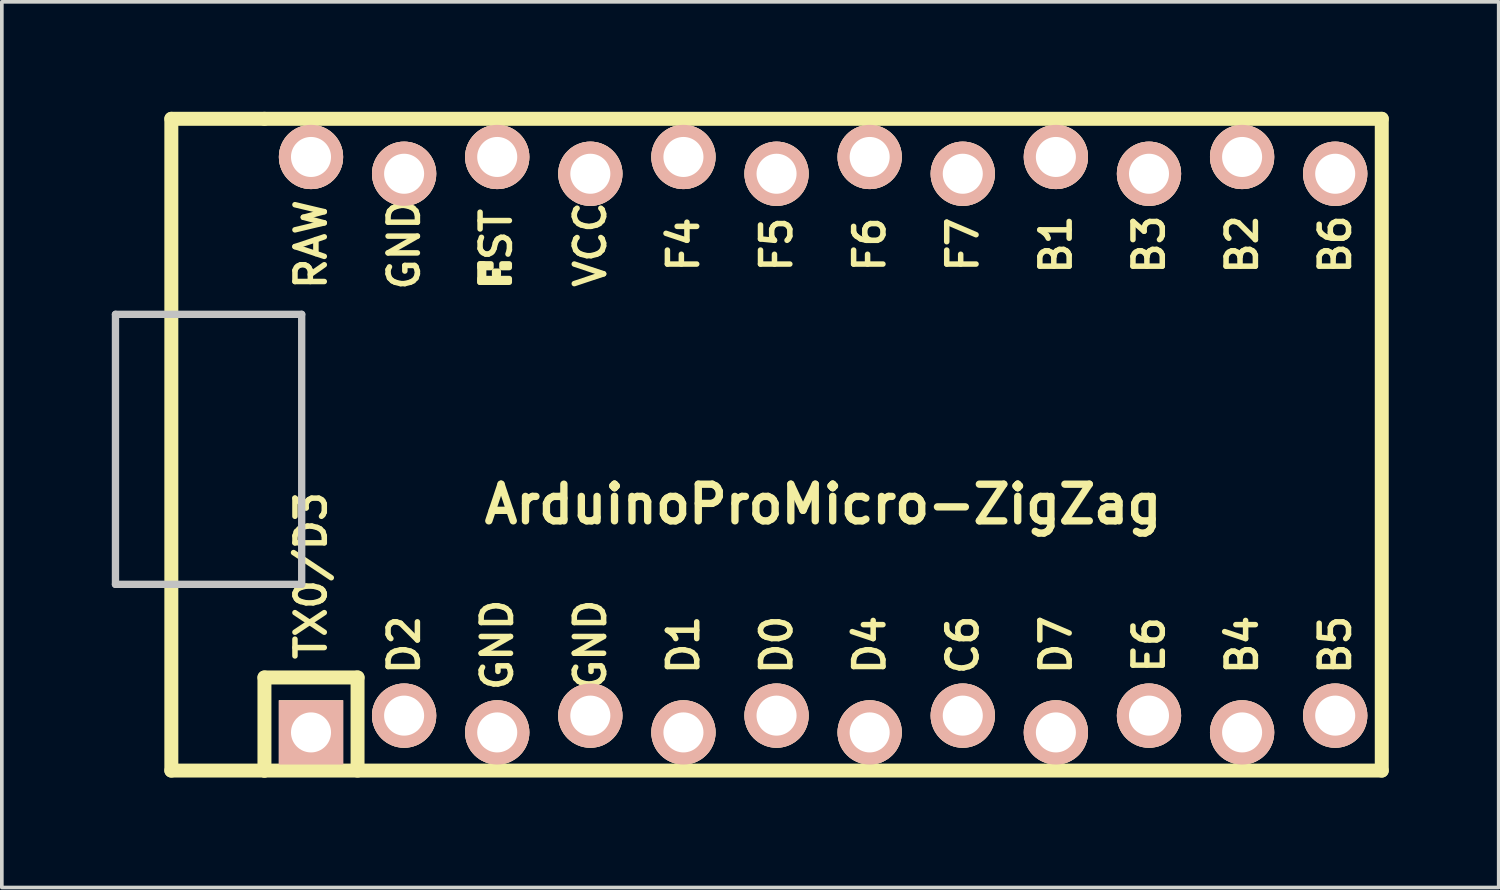
<source format=kicad_pcb>
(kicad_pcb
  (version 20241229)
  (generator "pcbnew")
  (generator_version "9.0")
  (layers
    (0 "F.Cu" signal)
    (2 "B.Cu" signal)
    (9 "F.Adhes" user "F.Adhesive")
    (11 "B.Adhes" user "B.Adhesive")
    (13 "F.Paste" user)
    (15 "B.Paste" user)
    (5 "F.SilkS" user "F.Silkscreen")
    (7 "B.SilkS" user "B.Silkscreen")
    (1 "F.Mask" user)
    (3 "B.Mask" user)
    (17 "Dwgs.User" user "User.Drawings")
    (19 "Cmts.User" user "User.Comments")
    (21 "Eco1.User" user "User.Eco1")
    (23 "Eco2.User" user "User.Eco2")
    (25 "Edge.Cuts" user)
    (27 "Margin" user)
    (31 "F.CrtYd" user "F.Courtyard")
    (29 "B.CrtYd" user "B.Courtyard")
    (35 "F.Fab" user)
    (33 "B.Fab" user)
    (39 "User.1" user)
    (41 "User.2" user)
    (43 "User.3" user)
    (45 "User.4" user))
  (footprint "ArduinoProMicro-ZigZag"
    (layer "F.Cu")
    (at 19.404 9.081)
    (property "Reference" "ArduinoProMicro-ZigZag" (at 0 1.625 180) (layer "F.SilkS") (effects (font (size 1 1) (thickness 0.2))))
    (attr through_hole)
    (fp_line (start -17.78 -8.89) (end -17.78 8.89) (stroke (width 0.381) (type solid)) (layer "F.SilkS"))
    (fp_line (start -17.78 8.89) (end -15.24 8.89) (stroke (width 0.381) (type solid)) (layer "F.SilkS"))
    (fp_line (start -15.24 -8.89) (end -17.78 -8.89) (stroke (width 0.381) (type solid)) (layer "F.SilkS"))
    (fp_line (start -15.24 6.35) (end -15.24 8.89) (stroke (width 0.381) (type solid)) (layer "F.SilkS"))
    (fp_line (start -15.24 6.35) (end -12.7 6.35) (stroke (width 0.381) (type solid)) (layer "F.SilkS"))
    (fp_line (start -15.24 8.89) (end 15.24 8.89) (stroke (width 0.381) (type solid)) (layer "F.SilkS"))
    (fp_line (start -12.7 6.35) (end -12.7 8.89) (stroke (width 0.381) (type solid)) (layer "F.SilkS"))
    (fp_line (start 15.24 -8.89) (end -15.24 -8.89) (stroke (width 0.381) (type solid)) (layer "F.SilkS"))
    (fp_line (start 15.24 8.89) (end 15.24 -8.89) (stroke (width 0.381) (type solid)) (layer "F.SilkS"))
    (fp_poly (pts (xy -9.361 -4.932) (xy -9.261 -4.932) (xy -9.261 -4.432) (xy -9.361 -4.432)) (stroke (width 0.15) (type solid)) (fill yes) (layer "F.SilkS"))
    (fp_poly (pts (xy -9.361 -4.932) (xy -9.061 -4.932) (xy -9.061 -4.832) (xy -9.361 -4.832)) (stroke (width 0.15) (type solid)) (fill yes) (layer "F.SilkS"))
    (fp_poly (pts (xy -9.361 -4.532) (xy -8.561 -4.532) (xy -8.561 -4.432) (xy -9.361 -4.432)) (stroke (width 0.15) (type solid)) (fill yes) (layer "F.SilkS"))
    (fp_poly (pts (xy -8.961 -4.732) (xy -8.861 -4.732) (xy -8.861 -4.632) (xy -8.961 -4.632)) (stroke (width 0.15) (type solid)) (fill yes) (layer "F.SilkS"))
    (fp_poly (pts (xy -8.761 -4.932) (xy -8.561 -4.932) (xy -8.561 -4.832) (xy -8.761 -4.832)) (stroke (width 0.15) (type solid)) (fill yes) (layer "F.SilkS"))
    (fp_line (start -19.304 -3.556) (end -14.224 -3.556) (stroke (width 0.2) (type solid)) (layer "Dwgs.User"))
    (fp_line (start -19.304 3.81) (end -19.304 -3.556) (stroke (width 0.2) (type solid)) (layer "Dwgs.User"))
    (fp_line (start -14.224 -3.556) (end -14.224 3.81) (stroke (width 0.2) (type solid)) (layer "Dwgs.User"))
    (fp_line (start -14.224 3.81) (end -19.304 3.81) (stroke (width 0.2) (type solid)) (layer "Dwgs.User"))
    (fp_text user "D2" (at -11.43 5.461 270) (layer "F.SilkS") (effects (font (size 0.8 0.8) (thickness 0.15))))
    (fp_text user "D1" (at -3.81 5.461 270) (layer "F.SilkS") (effects (font (size 0.8 0.8) (thickness 0.15))))
    (fp_text user "B1" (at 6.35 -5.461 270) (layer "F.SilkS") (effects (font (size 0.8 0.8) (thickness 0.15))))
    (fp_text user "E6" (at 8.89 5.461 270) (layer "F.SilkS") (effects (font (size 0.8 0.8) (thickness 0.15))))
    (fp_text user "RAW" (at -13.97 -5.461 270) (layer "F.SilkS") (effects (font (size 0.8 0.8) (thickness 0.15))))
    (fp_text user "F7" (at 3.81 -5.461 270) (layer "F.SilkS") (effects (font (size 0.8 0.8) (thickness 0.15))))
    (fp_text user "VCC" (at -6.35 -5.461 270) (layer "F.SilkS") (effects (font (size 0.8 0.8) (thickness 0.15))))
    (fp_text user "TX0/D3" (at -13.97 3.572 270) (layer "F.SilkS") (effects (font (size 0.8 0.8) (thickness 0.15))))
    (fp_text user "C6" (at 3.81 5.461 270) (layer "F.SilkS") (effects (font (size 0.8 0.8) (thickness 0.15))))
    (fp_text user "F4" (at -3.81 -5.461 270) (layer "F.SilkS") (effects (font (size 0.8 0.8) (thickness 0.15))))
    (fp_text user "GND" (at -11.43 -5.461 270) (layer "F.SilkS") (effects (font (size 0.8 0.8) (thickness 0.15))))
    (fp_text user "B4" (at 11.43 5.461 270) (layer "F.SilkS") (effects (font (size 0.8 0.8) (thickness 0.15))))
    (fp_text user "D4" (at 1.27 5.461 270) (layer "F.SilkS") (effects (font (size 0.8 0.8) (thickness 0.15))))
    (fp_text user "B3" (at 8.89 -5.461 270) (layer "F.SilkS") (effects (font (size 0.8 0.8) (thickness 0.15))))
    (fp_text user "D0" (at -1.27 5.461 270) (layer "F.SilkS") (effects (font (size 0.8 0.8) (thickness 0.15))))
    (fp_text user "GND" (at -8.89 5.461 270) (layer "F.SilkS") (effects (font (size 0.8 0.8) (thickness 0.15))))
    (fp_text user "GND" (at -6.35 5.461 270) (layer "F.SilkS") (effects (font (size 0.8 0.8) (thickness 0.15))))
    (fp_text user "F6" (at 1.27 -5.461 270) (layer "F.SilkS") (effects (font (size 0.8 0.8) (thickness 0.15))))
    (fp_text user "B2" (at 11.43 -5.461 270) (layer "F.SilkS") (effects (font (size 0.8 0.8) (thickness 0.15))))
    (fp_text user "ST" (at -8.92 -5.733 270) (layer "F.SilkS") (effects (font (size 0.8 0.8) (thickness 0.15))))
    (fp_text user "B5" (at 13.97 5.461 270) (layer "F.SilkS") (effects (font (size 0.8 0.8) (thickness 0.15))))
    (fp_text user "B6" (at 13.97 -5.461 270) (layer "F.SilkS") (effects (font (size 0.8 0.8) (thickness 0.15))))
    (fp_text user "D7" (at 6.35 5.461 270) (layer "F.SilkS") (effects (font (size 0.8 0.8) (thickness 0.15))))
    (fp_text user "F5" (at -1.27 -5.461 270) (layer "F.SilkS") (effects (font (size 0.8 0.8) (thickness 0.15))))
    (pad "1" thru_hole rect (at -13.97 7.849) (size 1.753 1.753) (drill 1.092) (layers "*.Cu" "*.SilkS" "*.Mask"))
    (pad "2" thru_hole circle (at -11.43 7.391) (size 1.753 1.753) (drill 1.092) (layers "*.Cu" "*.SilkS" "*.Mask"))
    (pad "3" thru_hole circle (at -8.89 7.849) (size 1.753 1.753) (drill 1.092) (layers "*.Cu" "*.SilkS" "*.Mask"))
    (pad "4" thru_hole circle (at -6.35 7.391) (size 1.753 1.753) (drill 1.092) (layers "*.Cu" "*.SilkS" "*.Mask"))
    (pad "5" thru_hole circle (at -3.81 7.849) (size 1.753 1.753) (drill 1.092) (layers "*.Cu" "*.SilkS" "*.Mask"))
    (pad "6" thru_hole circle (at -1.27 7.391) (size 1.753 1.753) (drill 1.092) (layers "*.Cu" "*.SilkS" "*.Mask"))
    (pad "7" thru_hole circle (at 1.27 7.849) (size 1.753 1.753) (drill 1.092) (layers "*.Cu" "*.SilkS" "*.Mask"))
    (pad "8" thru_hole circle (at 3.81 7.391) (size 1.753 1.753) (drill 1.092) (layers "*.Cu" "*.SilkS" "*.Mask"))
    (pad "9" thru_hole circle (at 6.35 7.849) (size 1.753 1.753) (drill 1.092) (layers "*.Cu" "*.SilkS" "*.Mask"))
    (pad "10" thru_hole circle (at 8.89 7.391) (size 1.753 1.753) (drill 1.092) (layers "*.Cu" "*.SilkS" "*.Mask"))
    (pad "11" thru_hole circle (at 11.43 7.849) (size 1.753 1.753) (drill 1.092) (layers "*.Cu" "*.SilkS" "*.Mask"))
    (pad "12" thru_hole circle (at 13.97 7.391) (size 1.753 1.753) (drill 1.092) (layers "*.Cu" "*.SilkS" "*.Mask"))
    (pad "13" thru_hole circle (at 13.97 -7.391) (size 1.753 1.753) (drill 1.092) (layers "*.Cu" "*.SilkS" "*.Mask"))
    (pad "14" thru_hole circle (at 11.43 -7.849) (size 1.753 1.753) (drill 1.092) (layers "*.Cu" "*.SilkS" "*.Mask"))
    (pad "15" thru_hole circle (at 8.89 -7.391) (size 1.753 1.753) (drill 1.092) (layers "*.Cu" "*.SilkS" "*.Mask"))
    (pad "16" thru_hole circle (at 6.35 -7.849) (size 1.753 1.753) (drill 1.092) (layers "*.Cu" "*.SilkS" "*.Mask"))
    (pad "17" thru_hole circle (at 3.81 -7.391) (size 1.753 1.753) (drill 1.092) (layers "*.Cu" "*.SilkS" "*.Mask"))
    (pad "18" thru_hole circle (at 1.27 -7.849) (size 1.753 1.753) (drill 1.092) (layers "*.Cu" "*.SilkS" "*.Mask"))
    (pad "19" thru_hole circle (at -1.27 -7.391) (size 1.753 1.753) (drill 1.092) (layers "*.Cu" "*.SilkS" "*.Mask"))
    (pad "20" thru_hole circle (at -3.81 -7.849) (size 1.753 1.753) (drill 1.092) (layers "*.Cu" "*.SilkS" "*.Mask"))
    (pad "21" thru_hole circle (at -6.35 -7.391) (size 1.753 1.753) (drill 1.092) (layers "*.Cu" "*.SilkS" "*.Mask"))
    (pad "22" thru_hole circle (at -8.89 -7.849) (size 1.753 1.753) (drill 1.092) (layers "*.Cu" "*.SilkS" "*.Mask"))
    (pad "23" thru_hole circle (at -11.43 -7.391) (size 1.753 1.753) (drill 1.092) (layers "*.Cu" "*.SilkS" "*.Mask"))
    (pad "24" thru_hole circle (at -13.97 -7.849) (size 1.753 1.753) (drill 1.092) (layers "*.Cu" "*.SilkS" "*.Mask")))
  (gr_rect
    (start -3 -3)
    (end 37.834 21.161)
    (stroke (width 0.1) (type default))
    (fill no)
    (layer "Edge.Cuts")))
</source>
